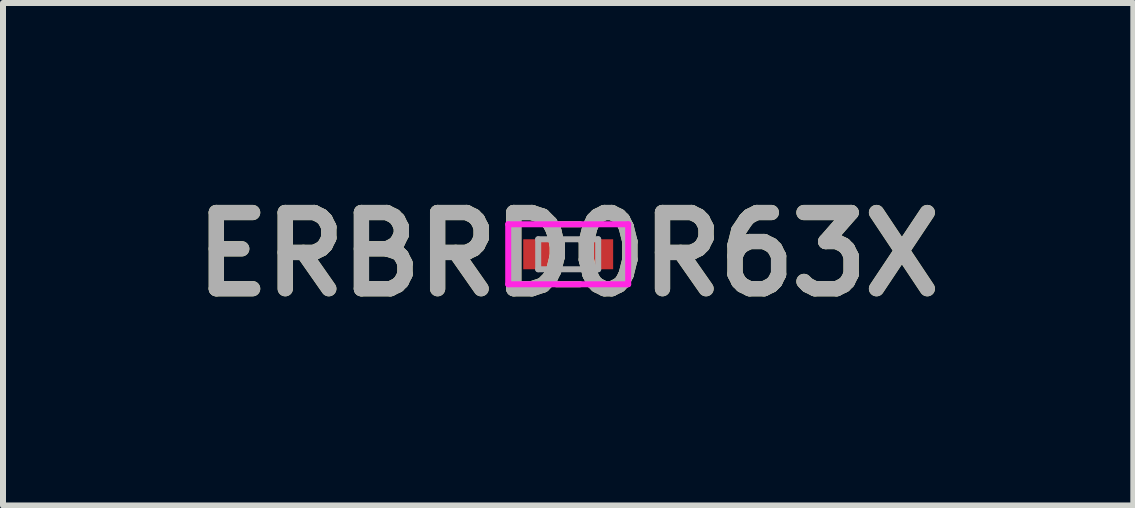
<source format=kicad_pcb>
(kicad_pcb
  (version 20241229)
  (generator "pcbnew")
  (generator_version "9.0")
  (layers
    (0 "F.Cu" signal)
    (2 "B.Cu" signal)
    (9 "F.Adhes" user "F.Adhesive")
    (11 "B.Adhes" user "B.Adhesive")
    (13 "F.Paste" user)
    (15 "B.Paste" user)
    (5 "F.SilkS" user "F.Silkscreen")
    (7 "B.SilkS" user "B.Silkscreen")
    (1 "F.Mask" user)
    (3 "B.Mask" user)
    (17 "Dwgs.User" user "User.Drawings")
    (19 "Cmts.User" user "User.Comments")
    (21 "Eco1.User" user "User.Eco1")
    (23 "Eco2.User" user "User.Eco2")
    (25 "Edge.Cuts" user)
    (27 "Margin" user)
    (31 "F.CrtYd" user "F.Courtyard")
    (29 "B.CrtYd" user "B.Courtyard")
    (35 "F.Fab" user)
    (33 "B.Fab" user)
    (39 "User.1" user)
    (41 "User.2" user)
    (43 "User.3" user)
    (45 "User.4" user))
  (footprint "ERBRD0R63X"
    (layer "F.Cu")
    (at 6.423 1.189)
    (property "Reference" "ERBRD0R63X" (at 0 0 0) (layer "F.SilkS") (effects (font (size 1.27 1.27) (thickness 0.254))))
    (attr smd)
    (fp_line (start -0.2 -0.5) (end 0.2 -0.5) (stroke (width 0.1) (type default)) (layer "F.SilkS"))
    (fp_line (start -0.2 0.5) (end 0.2 0.5) (stroke (width 0.1) (type default)) (layer "F.SilkS"))
    (fp_line (start -1 -0.5) (end 1 -0.5) (stroke (width 0.1) (type solid)) (layer "F.CrtYd"))
    (fp_line (start -1 0.5) (end -1 -0.5) (stroke (width 0.1) (type solid)) (layer "F.CrtYd"))
    (fp_line (start 1 -0.5) (end 1 0.5) (stroke (width 0.1) (type solid)) (layer "F.CrtYd"))
    (fp_line (start 1 0.5) (end -1 0.5) (stroke (width 0.1) (type solid)) (layer "F.CrtYd"))
    (fp_line (start -0.5 -0.25) (end 0.5 -0.25) (stroke (width 0.1) (type solid)) (layer "F.Fab"))
    (fp_line (start -0.5 0.25) (end -0.5 -0.25) (stroke (width 0.1) (type solid)) (layer "F.Fab"))
    (fp_line (start 0.5 -0.25) (end 0.5 0.25) (stroke (width 0.1) (type solid)) (layer "F.Fab"))
    (fp_line (start 0.5 0.25) (end -0.5 0.25) (stroke (width 0.1) (type solid)) (layer "F.Fab"))
    (fp_text user "${REFERENCE}" (at 0 0 0) (layer "F.Fab") (effects (font (size 1.27 1.27) (thickness 0.254))))
    (pad "1" smd rect (at -0.512 0) (size 0.475 0.5) (layers "F.Cu" "F.Mask" "F.Paste"))
    (pad "2" smd rect (at 0.512 0) (size 0.475 0.5) (layers "F.Cu" "F.Mask" "F.Paste")))
  (gr_rect
    (start -3 -3)
    (end 15.845 5.377)
    (stroke (width 0.1) (type default))
    (fill no)
    (layer "Edge.Cuts")))
</source>
